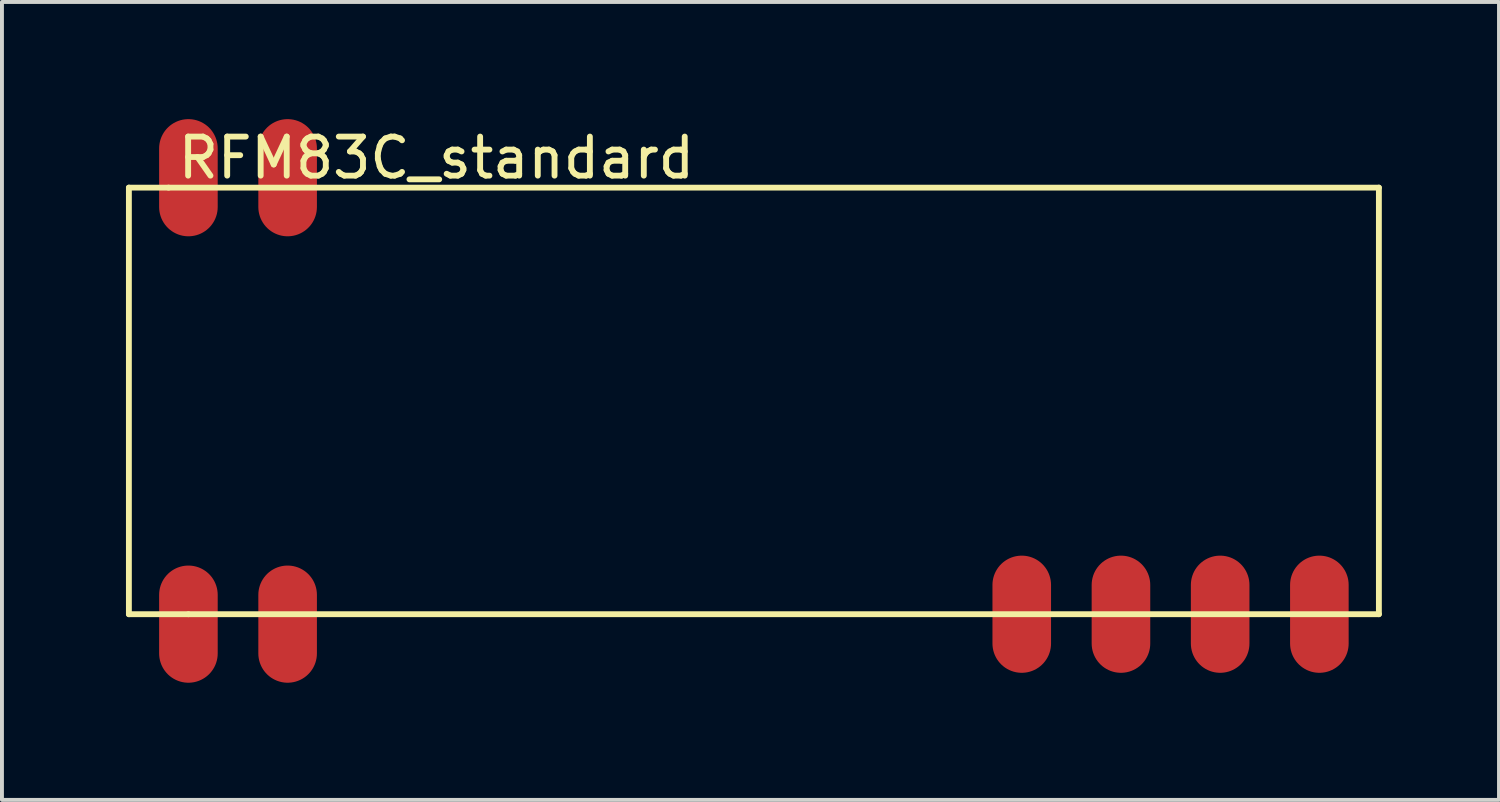
<source format=kicad_pcb>
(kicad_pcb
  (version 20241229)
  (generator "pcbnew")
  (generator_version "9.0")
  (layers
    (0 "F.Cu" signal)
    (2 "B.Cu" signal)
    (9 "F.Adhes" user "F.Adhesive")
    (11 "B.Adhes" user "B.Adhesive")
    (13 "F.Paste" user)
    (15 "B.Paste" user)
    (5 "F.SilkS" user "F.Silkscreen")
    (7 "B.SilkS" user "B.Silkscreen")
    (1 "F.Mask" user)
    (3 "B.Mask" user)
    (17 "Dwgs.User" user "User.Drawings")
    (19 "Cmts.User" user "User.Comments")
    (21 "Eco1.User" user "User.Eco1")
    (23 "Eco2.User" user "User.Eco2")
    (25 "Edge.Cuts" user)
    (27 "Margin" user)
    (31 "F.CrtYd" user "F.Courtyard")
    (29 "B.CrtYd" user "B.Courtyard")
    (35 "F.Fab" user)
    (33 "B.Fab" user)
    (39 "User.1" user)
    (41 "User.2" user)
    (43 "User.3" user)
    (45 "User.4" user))
  (footprint "RFM83C_standard"
    (layer "F.Cu")
    (at 0.25 12.676)
    (property "Reference" "RFM83C_standard" (at 7.874 -11.684 0) (layer "F.SilkS") (effects (font (size 1 1) (thickness 0.15))))
    (attr through_hole)
    (fp_line (start 0 -10.922) (end 1.016 -10.922) (stroke (width 0.15) (type solid)) (layer "F.SilkS"))
    (fp_line (start 0 0) (end 0 -10.922) (stroke (width 0.15) (type solid)) (layer "F.SilkS"))
    (fp_line (start 1.016 -10.922) (end 32.004 -10.922) (stroke (width 0.15) (type solid)) (layer "F.SilkS"))
    (fp_line (start 1.524 0) (end 0 0) (stroke (width 0.15) (type solid)) (layer "F.SilkS"))
    (fp_line (start 1.524 0) (end 32.004 0) (stroke (width 0.15) (type solid)) (layer "F.SilkS"))
    (fp_line (start 32.004 -10.922) (end 32.004 0) (stroke (width 0.15) (type solid)) (layer "F.SilkS"))
    (pad "1" smd oval (at 1.524 0.254) (size 1.5 3) (layers "F.Cu" "F.Mask" "F.Paste"))
    (pad "2" smd oval (at 4.064 0.254) (size 1.5 3) (layers "F.Cu" "F.Mask" "F.Paste"))
    (pad "3" smd oval (at 22.86 0) (size 1.5 3) (layers "F.Cu" "F.Mask" "F.Paste"))
    (pad "4" smd oval (at 25.4 0) (size 1.5 3) (layers "F.Cu" "F.Mask" "F.Paste"))
    (pad "5" smd oval (at 27.94 0) (size 1.5 3) (layers "F.Cu" "F.Mask" "F.Paste"))
    (pad "6" smd oval (at 30.48 0) (size 1.5 3) (layers "F.Cu" "F.Mask" "F.Paste"))
    (pad "7" smd oval (at 4.064 -11.176) (size 1.5 3) (layers "F.Cu" "F.Mask" "F.Paste"))
    (pad "8" smd oval (at 1.524 -11.176) (size 1.5 3) (layers "F.Cu" "F.Mask" "F.Paste")))
  (gr_rect
    (start -3 -3)
    (end 35.329 17.43)
    (stroke (width 0.1) (type default))
    (fill no)
    (layer "Edge.Cuts")))
</source>
